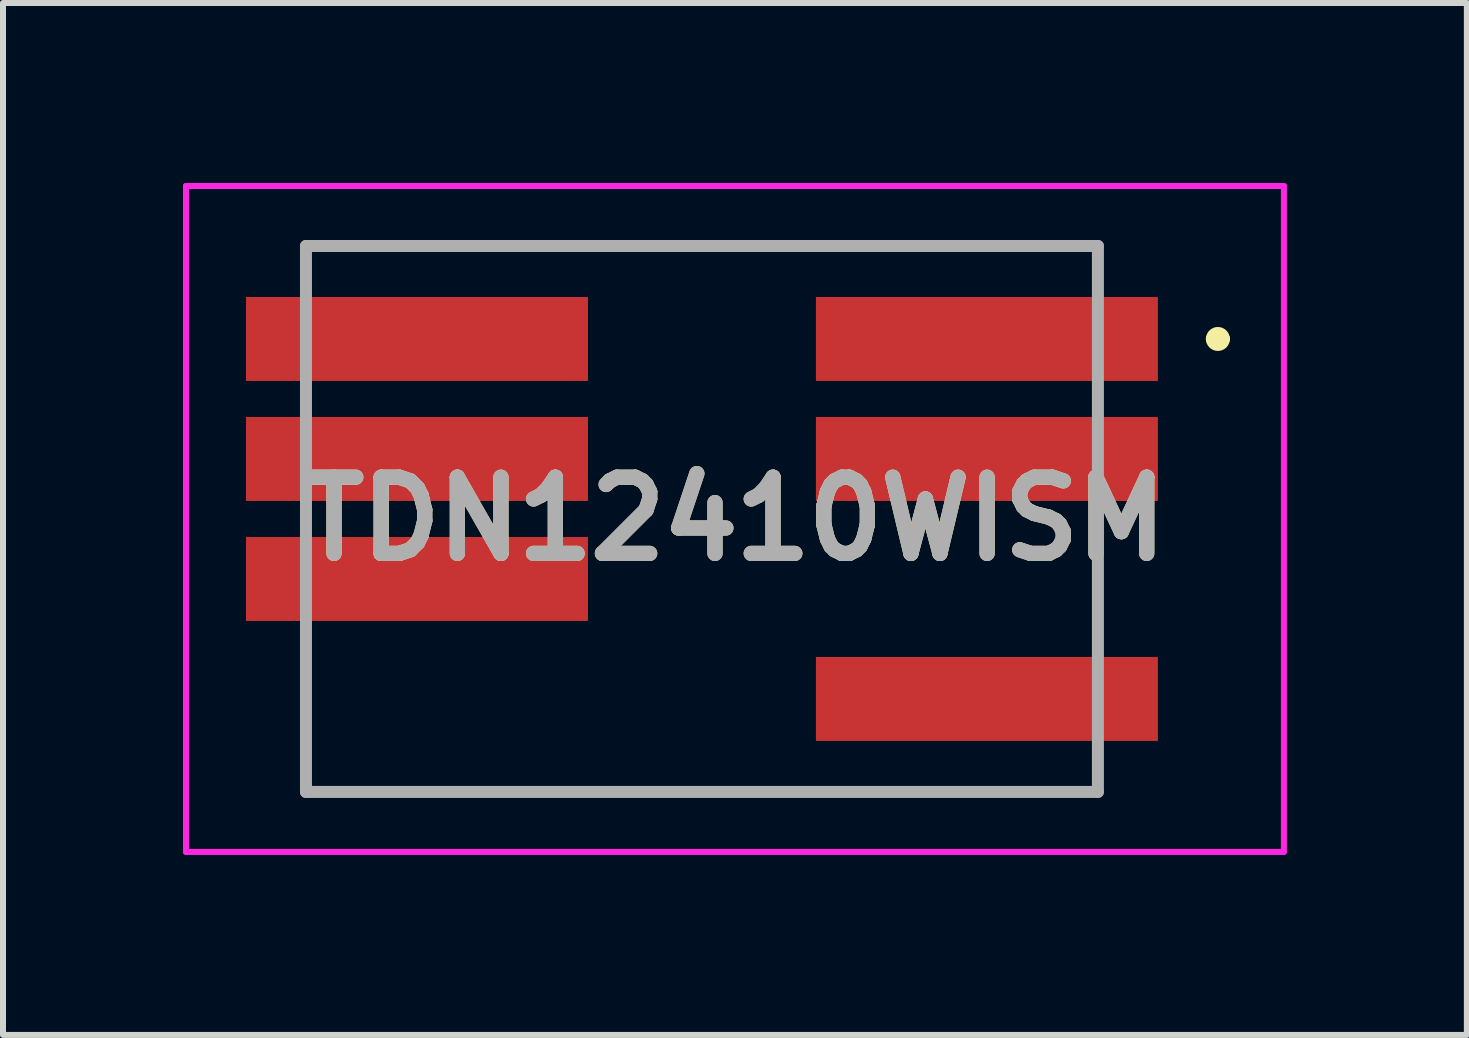
<source format=kicad_pcb>
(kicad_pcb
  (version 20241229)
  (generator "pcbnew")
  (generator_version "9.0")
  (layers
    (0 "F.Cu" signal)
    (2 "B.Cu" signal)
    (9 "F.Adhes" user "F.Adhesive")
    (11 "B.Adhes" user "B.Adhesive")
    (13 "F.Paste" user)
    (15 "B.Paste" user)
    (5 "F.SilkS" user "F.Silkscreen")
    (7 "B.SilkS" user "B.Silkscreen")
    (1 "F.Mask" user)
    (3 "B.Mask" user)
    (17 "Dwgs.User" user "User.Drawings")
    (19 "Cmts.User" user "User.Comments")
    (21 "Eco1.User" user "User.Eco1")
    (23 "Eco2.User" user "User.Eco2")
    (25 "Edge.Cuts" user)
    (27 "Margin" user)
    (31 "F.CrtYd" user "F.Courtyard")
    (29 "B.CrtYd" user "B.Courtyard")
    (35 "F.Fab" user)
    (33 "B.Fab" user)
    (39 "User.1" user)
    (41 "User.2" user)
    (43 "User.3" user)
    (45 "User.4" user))
  (footprint "TDN12410WISM"
    (layer "F.Cu")
    (at 8.65 5.6)
    (property "Reference" "TDN12410WISM" (at 0.55 0 0) (layer "F.SilkS") (effects (font (size 1.27 1.27) (thickness 0.254))))
    (attr smd)
    (fp_line (start -6.6 -4.55) (end 6.6 -4.55) (stroke (width 0.1) (type solid)) (layer "F.SilkS"))
    (fp_line (start -6.6 4.55) (end 6.6 4.55) (stroke (width 0.1) (type solid)) (layer "F.SilkS"))
    (fp_line (start 8.5 -3) (end 8.5 -3) (stroke (width 0.2) (type solid)) (layer "F.SilkS"))
    (fp_line (start 8.7 -3) (end 8.7 -3) (stroke (width 0.2) (type solid)) (layer "F.SilkS"))
    (fp_arc (start 8.5 -3) (mid 8.6 -3.1) (end 8.7 -3) (stroke (width 0.2) (type solid)) (layer "F.SilkS"))
    (fp_arc (start 8.7 -3) (mid 8.6 -2.9) (end 8.5 -3) (stroke (width 0.2) (type solid)) (layer "F.SilkS"))
    (fp_line (start -8.6 -5.55) (end 9.7 -5.55) (stroke (width 0.1) (type solid)) (layer "F.CrtYd"))
    (fp_line (start -8.6 5.55) (end -8.6 -5.55) (stroke (width 0.1) (type solid)) (layer "F.CrtYd"))
    (fp_line (start 9.7 -5.55) (end 9.7 5.55) (stroke (width 0.1) (type solid)) (layer "F.CrtYd"))
    (fp_line (start 9.7 5.55) (end -8.6 5.55) (stroke (width 0.1) (type solid)) (layer "F.CrtYd"))
    (fp_line (start -6.6 -4.55) (end 6.6 -4.55) (stroke (width 0.2) (type solid)) (layer "F.Fab"))
    (fp_line (start -6.6 4.55) (end -6.6 -4.55) (stroke (width 0.2) (type solid)) (layer "F.Fab"))
    (fp_line (start 6.6 -4.55) (end 6.6 4.55) (stroke (width 0.2) (type solid)) (layer "F.Fab"))
    (fp_line (start 6.6 4.55) (end -6.6 4.55) (stroke (width 0.2) (type solid)) (layer "F.Fab"))
    (fp_text user "${REFERENCE}" (at 0.55 0 0) (layer "F.Fab") (effects (font (size 1.27 1.27) (thickness 0.254))))
    (pad "1" smd rect (at 4.75 -3 90) (size 1.4 5.7) (layers "F.Cu" "F.Mask" "F.Paste"))
    (pad "2" smd rect (at 4.75 -1 90) (size 1.4 5.7) (layers "F.Cu" "F.Mask" "F.Paste"))
    (pad "4" smd rect (at 4.75 3 90) (size 1.4 5.7) (layers "F.Cu" "F.Mask" "F.Paste"))
    (pad "5" smd rect (at -4.75 -3 90) (size 1.4 5.7) (layers "F.Cu" "F.Mask" "F.Paste"))
    (pad "6" smd rect (at -4.75 -1 90) (size 1.4 5.7) (layers "F.Cu" "F.Mask" "F.Paste"))
    (pad "7" smd rect (at -4.75 1 90) (size 1.4 5.7) (layers "F.Cu" "F.Mask" "F.Paste")))
  (gr_rect
    (start -3 -3)
    (end 21.4 14.2)
    (stroke (width 0.1) (type default))
    (fill no)
    (layer "Edge.Cuts")))
</source>
